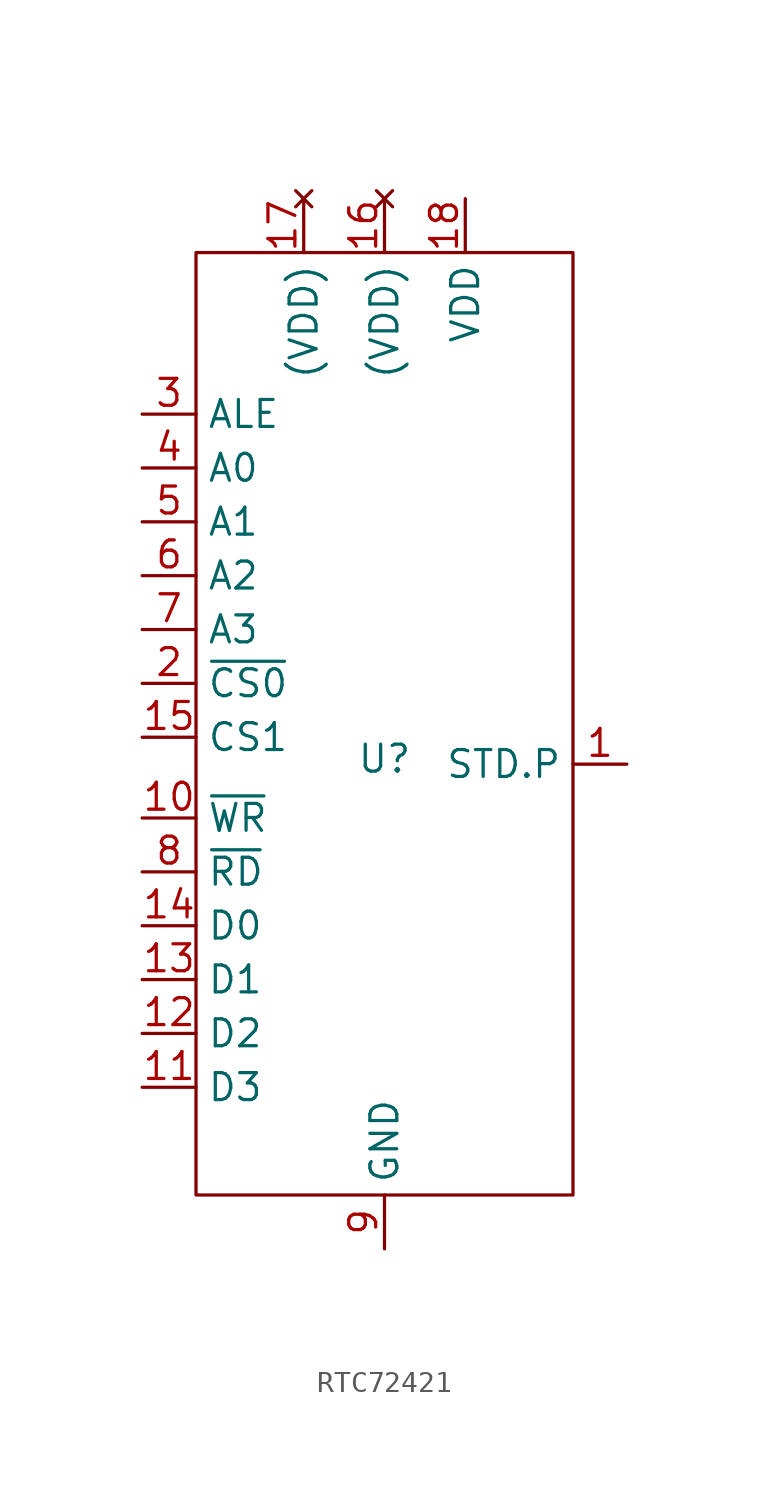
<source format=kicad_sym>
(kicad_symbol_lib
  (version 20231120)
  (generator "kicad_symbol_editor")
  (generator_version "8.0")
  (symbol "RTC72421"
    (property "Reference" "U"
      (at 0 0.254 0)
      (effects (font (size 1.27 1.27))))
    (property "Value" ""
      (at -1.27 5.08 0)
      (effects (font (size 1.27 1.27))))
    (symbol "RTC72421_0_1"
      (polyline (pts (xy -8.89 24.13) (xy -8.89 -20.32) (xy 8.89 -20.32) (xy 8.89 24.13) (xy -8.89 24.13)) (stroke (width 0) (type default)) (fill (type none))))
    (symbol "RTC72421_1_1"
      (pin open_collector line (at 11.43 0 180) (length 2.54) (name "STD.P" (effects (font (size 1.27 1.27)))) (number "1" (effects (font (size 1.27 1.27)))))
      (pin input line (at -11.43 -2.54 0) (length 2.54) (name "~{WR}" (effects (font (size 1.27 1.27)))) (number "10" (effects (font (size 1.27 1.27)))))
      (pin bidirectional line (at -11.43 -15.24 0) (length 2.54) (name "D3" (effects (font (size 1.27 1.27)))) (number "11" (effects (font (size 1.27 1.27)))))
      (pin bidirectional line (at -11.43 -12.7 0) (length 2.54) (name "D2" (effects (font (size 1.27 1.27)))) (number "12" (effects (font (size 1.27 1.27)))))
      (pin bidirectional line (at -11.43 -10.16 0) (length 2.54) (name "D1" (effects (font (size 1.27 1.27)))) (number "13" (effects (font (size 1.27 1.27)))))
      (pin bidirectional line (at -11.43 -7.62 0) (length 2.54) (name "D0" (effects (font (size 1.27 1.27)))) (number "14" (effects (font (size 1.27 1.27)))))
      (pin input line (at -11.43 1.27 0) (length 2.54) (name "CS1" (effects (font (size 1.27 1.27)))) (number "15" (effects (font (size 1.27 1.27)))))
      (pin no_connect line (at 0 26.67 270) (length 2.54) (name "(VDD)" (effects (font (size 1.27 1.27)))) (number "16" (effects (font (size 1.27 1.27)))))
      (pin no_connect line (at -3.81 26.67 270) (length 2.54) (name "(VDD)" (effects (font (size 1.27 1.27)))) (number "17" (effects (font (size 1.27 1.27)))))
      (pin power_in line (at 3.81 26.67 270) (length 2.54) (name "VDD" (effects (font (size 1.27 1.27)))) (number "18" (effects (font (size 1.27 1.27)))))
      (pin input line (at -11.43 3.81 0) (length 2.54) (name "~{CS0}" (effects (font (size 1.27 1.27)))) (number "2" (effects (font (size 1.27 1.27)))))
      (pin input line (at -11.43 16.51 0) (length 2.54) (name "ALE" (effects (font (size 1.27 1.27)))) (number "3" (effects (font (size 1.27 1.27)))))
      (pin input line (at -11.43 13.97 0) (length 2.54) (name "A0" (effects (font (size 1.27 1.27)))) (number "4" (effects (font (size 1.27 1.27)))))
      (pin input line (at -11.43 11.43 0) (length 2.54) (name "A1" (effects (font (size 1.27 1.27)))) (number "5" (effects (font (size 1.27 1.27)))))
      (pin input line (at -11.43 8.89 0) (length 2.54) (name "A2" (effects (font (size 1.27 1.27)))) (number "6" (effects (font (size 1.27 1.27)))))
      (pin input line (at -11.43 6.35 0) (length 2.54) (name "A3" (effects (font (size 1.27 1.27)))) (number "7" (effects (font (size 1.27 1.27)))))
      (pin input line (at -11.43 -5.08 0) (length 2.54) (name "~{RD}" (effects (font (size 1.27 1.27)))) (number "8" (effects (font (size 1.27 1.27)))))
      (pin power_in line (at 0 -22.86 90) (length 2.54) (name "GND" (effects (font (size 1.27 1.27)))) (number "9" (effects (font (size 1.27 1.27))))))))
</source>
